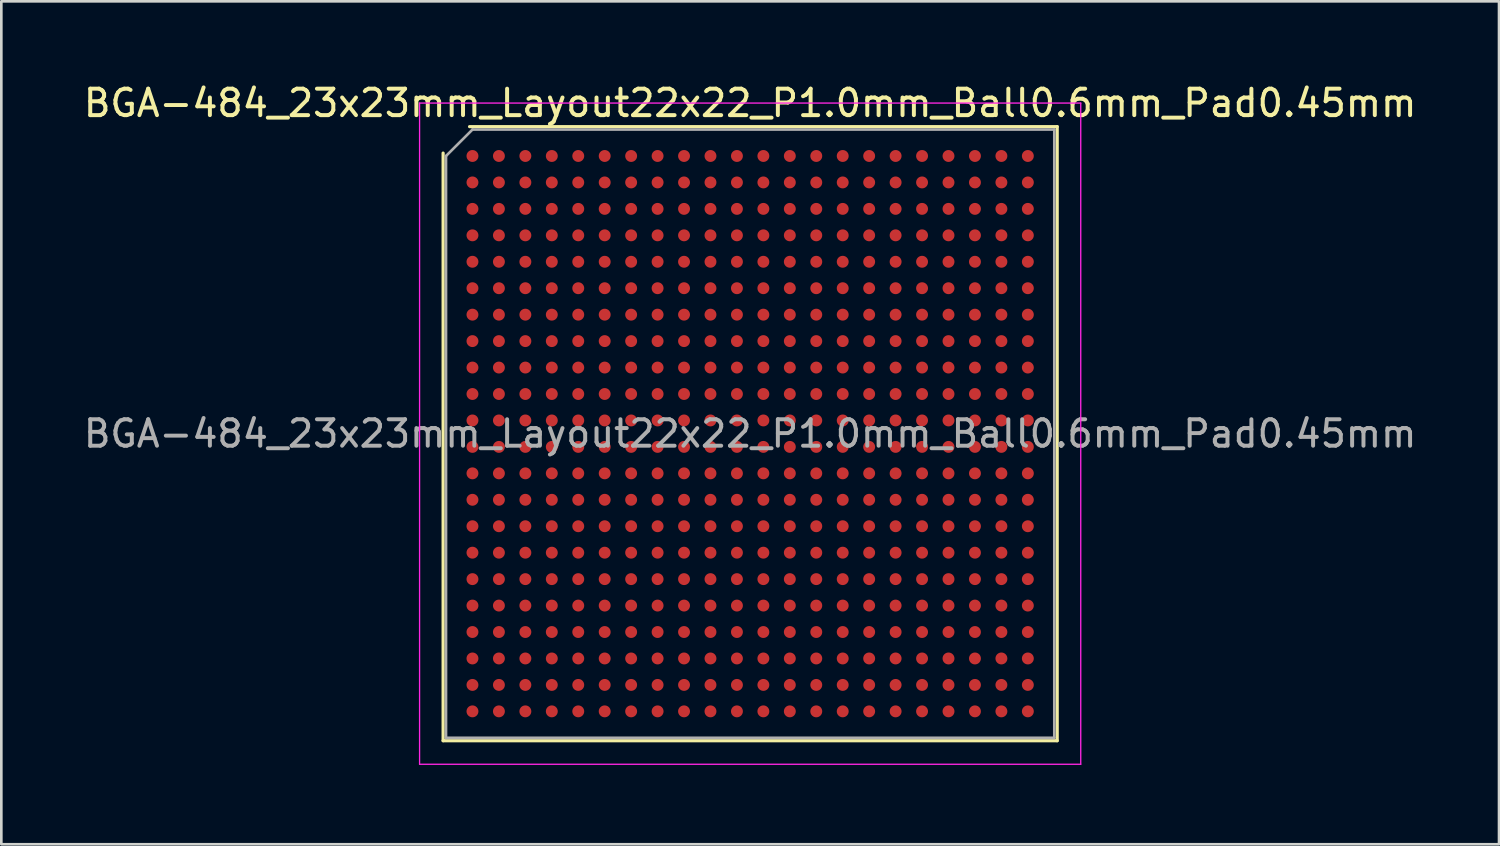
<source format=kicad_pcb>
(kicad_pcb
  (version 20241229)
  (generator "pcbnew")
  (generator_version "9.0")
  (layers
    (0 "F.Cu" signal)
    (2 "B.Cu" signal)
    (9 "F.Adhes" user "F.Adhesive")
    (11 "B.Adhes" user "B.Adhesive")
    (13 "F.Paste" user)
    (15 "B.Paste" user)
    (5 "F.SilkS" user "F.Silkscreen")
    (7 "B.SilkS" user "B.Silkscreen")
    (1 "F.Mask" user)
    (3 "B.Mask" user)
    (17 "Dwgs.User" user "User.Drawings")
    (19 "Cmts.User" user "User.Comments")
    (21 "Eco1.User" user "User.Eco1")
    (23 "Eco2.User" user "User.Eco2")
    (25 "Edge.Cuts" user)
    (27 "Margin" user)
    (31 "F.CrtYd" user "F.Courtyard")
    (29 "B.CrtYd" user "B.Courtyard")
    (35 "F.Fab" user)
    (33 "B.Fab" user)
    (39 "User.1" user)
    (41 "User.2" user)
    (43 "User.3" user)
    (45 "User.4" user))
  (footprint "BGA-484_23x23mm_Layout22x22_P1.0mm_Ball0.6mm_Pad0.45mm"
    (layer "F.Cu")
    (at 25.315 13.348)
    (property "Reference" "BGA-484_23x23mm_Layout22x22_P1.0mm_Ball0.6mm_Pad0.45mm" (at 0 -12.5 0) (layer "F.SilkS") (effects (font (size 1 1) (thickness 0.15))))
    (attr smd)
    (fp_line (start -11.61 11.61) (end -11.61 -10.61) (stroke (width 0.12) (type solid)) (layer "F.SilkS"))
    (fp_line (start -10.61 -11.61) (end 11.61 -11.61) (stroke (width 0.12) (type solid)) (layer "F.SilkS"))
    (fp_line (start 11.61 -11.61) (end 11.61 11.61) (stroke (width 0.12) (type solid)) (layer "F.SilkS"))
    (fp_line (start 11.61 11.61) (end -11.61 11.61) (stroke (width 0.12) (type solid)) (layer "F.SilkS"))
    (fp_line (start -12.5 -12.5) (end -12.5 12.5) (stroke (width 0.05) (type solid)) (layer "F.CrtYd"))
    (fp_line (start -12.5 12.5) (end 12.5 12.5) (stroke (width 0.05) (type solid)) (layer "F.CrtYd"))
    (fp_line (start 12.5 -12.5) (end -12.5 -12.5) (stroke (width 0.05) (type solid)) (layer "F.CrtYd"))
    (fp_line (start 12.5 12.5) (end 12.5 -12.5) (stroke (width 0.05) (type solid)) (layer "F.CrtYd"))
    (fp_line (start -11.5 -10.5) (end -10.5 -11.5) (stroke (width 0.1) (type solid)) (layer "F.Fab"))
    (fp_line (start -11.5 11.5) (end -11.5 -10.5) (stroke (width 0.1) (type solid)) (layer "F.Fab"))
    (fp_line (start -10.5 -11.5) (end 11.5 -11.5) (stroke (width 0.1) (type solid)) (layer "F.Fab"))
    (fp_line (start 11.5 -11.5) (end 11.5 11.5) (stroke (width 0.1) (type solid)) (layer "F.Fab"))
    (fp_line (start 11.5 11.5) (end -11.5 11.5) (stroke (width 0.1) (type solid)) (layer "F.Fab"))
    (fp_text user "${REFERENCE}" (at 0 0 0) (layer "F.Fab") (effects (font (size 1 1) (thickness 0.15))))
    (pad "A1" smd circle (at -10.5 -10.5) (size 0.45 0.45) (layers "F.Cu" "F.Mask" "F.Paste"))
    (pad "A2" smd circle (at -9.5 -10.5) (size 0.45 0.45) (layers "F.Cu" "F.Mask" "F.Paste"))
    (pad "A3" smd circle (at -8.5 -10.5) (size 0.45 0.45) (layers "F.Cu" "F.Mask" "F.Paste"))
    (pad "A4" smd circle (at -7.5 -10.5) (size 0.45 0.45) (layers "F.Cu" "F.Mask" "F.Paste"))
    (pad "A5" smd circle (at -6.5 -10.5) (size 0.45 0.45) (layers "F.Cu" "F.Mask" "F.Paste"))
    (pad "A6" smd circle (at -5.5 -10.5) (size 0.45 0.45) (layers "F.Cu" "F.Mask" "F.Paste"))
    (pad "A7" smd circle (at -4.5 -10.5) (size 0.45 0.45) (layers "F.Cu" "F.Mask" "F.Paste"))
    (pad "A8" smd circle (at -3.5 -10.5) (size 0.45 0.45) (layers "F.Cu" "F.Mask" "F.Paste"))
    (pad "A9" smd circle (at -2.5 -10.5) (size 0.45 0.45) (layers "F.Cu" "F.Mask" "F.Paste"))
    (pad "A10" smd circle (at -1.5 -10.5) (size 0.45 0.45) (layers "F.Cu" "F.Mask" "F.Paste"))
    (pad "A11" smd circle (at -0.5 -10.5) (size 0.45 0.45) (layers "F.Cu" "F.Mask" "F.Paste"))
    (pad "A12" smd circle (at 0.5 -10.5) (size 0.45 0.45) (layers "F.Cu" "F.Mask" "F.Paste"))
    (pad "A13" smd circle (at 1.5 -10.5) (size 0.45 0.45) (layers "F.Cu" "F.Mask" "F.Paste"))
    (pad "A14" smd circle (at 2.5 -10.5) (size 0.45 0.45) (layers "F.Cu" "F.Mask" "F.Paste"))
    (pad "A15" smd circle (at 3.5 -10.5) (size 0.45 0.45) (layers "F.Cu" "F.Mask" "F.Paste"))
    (pad "A16" smd circle (at 4.5 -10.5) (size 0.45 0.45) (layers "F.Cu" "F.Mask" "F.Paste"))
    (pad "A17" smd circle (at 5.5 -10.5) (size 0.45 0.45) (layers "F.Cu" "F.Mask" "F.Paste"))
    (pad "A18" smd circle (at 6.5 -10.5) (size 0.45 0.45) (layers "F.Cu" "F.Mask" "F.Paste"))
    (pad "A19" smd circle (at 7.5 -10.5) (size 0.45 0.45) (layers "F.Cu" "F.Mask" "F.Paste"))
    (pad "A20" smd circle (at 8.5 -10.5) (size 0.45 0.45) (layers "F.Cu" "F.Mask" "F.Paste"))
    (pad "A21" smd circle (at 9.5 -10.5) (size 0.45 0.45) (layers "F.Cu" "F.Mask" "F.Paste"))
    (pad "A22" smd circle (at 10.5 -10.5) (size 0.45 0.45) (layers "F.Cu" "F.Mask" "F.Paste"))
    (pad "AA1" smd circle (at -10.5 9.5) (size 0.45 0.45) (layers "F.Cu" "F.Mask" "F.Paste"))
    (pad "AA2" smd circle (at -9.5 9.5) (size 0.45 0.45) (layers "F.Cu" "F.Mask" "F.Paste"))
    (pad "AA3" smd circle (at -8.5 9.5) (size 0.45 0.45) (layers "F.Cu" "F.Mask" "F.Paste"))
    (pad "AA4" smd circle (at -7.5 9.5) (size 0.45 0.45) (layers "F.Cu" "F.Mask" "F.Paste"))
    (pad "AA5" smd circle (at -6.5 9.5) (size 0.45 0.45) (layers "F.Cu" "F.Mask" "F.Paste"))
    (pad "AA6" smd circle (at -5.5 9.5) (size 0.45 0.45) (layers "F.Cu" "F.Mask" "F.Paste"))
    (pad "AA7" smd circle (at -4.5 9.5) (size 0.45 0.45) (layers "F.Cu" "F.Mask" "F.Paste"))
    (pad "AA8" smd circle (at -3.5 9.5) (size 0.45 0.45) (layers "F.Cu" "F.Mask" "F.Paste"))
    (pad "AA9" smd circle (at -2.5 9.5) (size 0.45 0.45) (layers "F.Cu" "F.Mask" "F.Paste"))
    (pad "AA10" smd circle (at -1.5 9.5) (size 0.45 0.45) (layers "F.Cu" "F.Mask" "F.Paste"))
    (pad "AA11" smd circle (at -0.5 9.5) (size 0.45 0.45) (layers "F.Cu" "F.Mask" "F.Paste"))
    (pad "AA12" smd circle (at 0.5 9.5) (size 0.45 0.45) (layers "F.Cu" "F.Mask" "F.Paste"))
    (pad "AA13" smd circle (at 1.5 9.5) (size 0.45 0.45) (layers "F.Cu" "F.Mask" "F.Paste"))
    (pad "AA14" smd circle (at 2.5 9.5) (size 0.45 0.45) (layers "F.Cu" "F.Mask" "F.Paste"))
    (pad "AA15" smd circle (at 3.5 9.5) (size 0.45 0.45) (layers "F.Cu" "F.Mask" "F.Paste"))
    (pad "AA16" smd circle (at 4.5 9.5) (size 0.45 0.45) (layers "F.Cu" "F.Mask" "F.Paste"))
    (pad "AA17" smd circle (at 5.5 9.5) (size 0.45 0.45) (layers "F.Cu" "F.Mask" "F.Paste"))
    (pad "AA18" smd circle (at 6.5 9.5) (size 0.45 0.45) (layers "F.Cu" "F.Mask" "F.Paste"))
    (pad "AA19" smd circle (at 7.5 9.5) (size 0.45 0.45) (layers "F.Cu" "F.Mask" "F.Paste"))
    (pad "AA20" smd circle (at 8.5 9.5) (size 0.45 0.45) (layers "F.Cu" "F.Mask" "F.Paste"))
    (pad "AA21" smd circle (at 9.5 9.5) (size 0.45 0.45) (layers "F.Cu" "F.Mask" "F.Paste"))
    (pad "AA22" smd circle (at 10.5 9.5) (size 0.45 0.45) (layers "F.Cu" "F.Mask" "F.Paste"))
    (pad "AB1" smd circle (at -10.5 10.5) (size 0.45 0.45) (layers "F.Cu" "F.Mask" "F.Paste"))
    (pad "AB2" smd circle (at -9.5 10.5) (size 0.45 0.45) (layers "F.Cu" "F.Mask" "F.Paste"))
    (pad "AB3" smd circle (at -8.5 10.5) (size 0.45 0.45) (layers "F.Cu" "F.Mask" "F.Paste"))
    (pad "AB4" smd circle (at -7.5 10.5) (size 0.45 0.45) (layers "F.Cu" "F.Mask" "F.Paste"))
    (pad "AB5" smd circle (at -6.5 10.5) (size 0.45 0.45) (layers "F.Cu" "F.Mask" "F.Paste"))
    (pad "AB6" smd circle (at -5.5 10.5) (size 0.45 0.45) (layers "F.Cu" "F.Mask" "F.Paste"))
    (pad "AB7" smd circle (at -4.5 10.5) (size 0.45 0.45) (layers "F.Cu" "F.Mask" "F.Paste"))
    (pad "AB8" smd circle (at -3.5 10.5) (size 0.45 0.45) (layers "F.Cu" "F.Mask" "F.Paste"))
    (pad "AB9" smd circle (at -2.5 10.5) (size 0.45 0.45) (layers "F.Cu" "F.Mask" "F.Paste"))
    (pad "AB10" smd circle (at -1.5 10.5) (size 0.45 0.45) (layers "F.Cu" "F.Mask" "F.Paste"))
    (pad "AB11" smd circle (at -0.5 10.5) (size 0.45 0.45) (layers "F.Cu" "F.Mask" "F.Paste"))
    (pad "AB12" smd circle (at 0.5 10.5) (size 0.45 0.45) (layers "F.Cu" "F.Mask" "F.Paste"))
    (pad "AB13" smd circle (at 1.5 10.5) (size 0.45 0.45) (layers "F.Cu" "F.Mask" "F.Paste"))
    (pad "AB14" smd circle (at 2.5 10.5) (size 0.45 0.45) (layers "F.Cu" "F.Mask" "F.Paste"))
    (pad "AB15" smd circle (at 3.5 10.5) (size 0.45 0.45) (layers "F.Cu" "F.Mask" "F.Paste"))
    (pad "AB16" smd circle (at 4.5 10.5) (size 0.45 0.45) (layers "F.Cu" "F.Mask" "F.Paste"))
    (pad "AB17" smd circle (at 5.5 10.5) (size 0.45 0.45) (layers "F.Cu" "F.Mask" "F.Paste"))
    (pad "AB18" smd circle (at 6.5 10.5) (size 0.45 0.45) (layers "F.Cu" "F.Mask" "F.Paste"))
    (pad "AB19" smd circle (at 7.5 10.5) (size 0.45 0.45) (layers "F.Cu" "F.Mask" "F.Paste"))
    (pad "AB20" smd circle (at 8.5 10.5) (size 0.45 0.45) (layers "F.Cu" "F.Mask" "F.Paste"))
    (pad "AB21" smd circle (at 9.5 10.5) (size 0.45 0.45) (layers "F.Cu" "F.Mask" "F.Paste"))
    (pad "AB22" smd circle (at 10.5 10.5) (size 0.45 0.45) (layers "F.Cu" "F.Mask" "F.Paste"))
    (pad "B1" smd circle (at -10.5 -9.5) (size 0.45 0.45) (layers "F.Cu" "F.Mask" "F.Paste"))
    (pad "B2" smd circle (at -9.5 -9.5) (size 0.45 0.45) (layers "F.Cu" "F.Mask" "F.Paste"))
    (pad "B3" smd circle (at -8.5 -9.5) (size 0.45 0.45) (layers "F.Cu" "F.Mask" "F.Paste"))
    (pad "B4" smd circle (at -7.5 -9.5) (size 0.45 0.45) (layers "F.Cu" "F.Mask" "F.Paste"))
    (pad "B5" smd circle (at -6.5 -9.5) (size 0.45 0.45) (layers "F.Cu" "F.Mask" "F.Paste"))
    (pad "B6" smd circle (at -5.5 -9.5) (size 0.45 0.45) (layers "F.Cu" "F.Mask" "F.Paste"))
    (pad "B7" smd circle (at -4.5 -9.5) (size 0.45 0.45) (layers "F.Cu" "F.Mask" "F.Paste"))
    (pad "B8" smd circle (at -3.5 -9.5) (size 0.45 0.45) (layers "F.Cu" "F.Mask" "F.Paste"))
    (pad "B9" smd circle (at -2.5 -9.5) (size 0.45 0.45) (layers "F.Cu" "F.Mask" "F.Paste"))
    (pad "B10" smd circle (at -1.5 -9.5) (size 0.45 0.45) (layers "F.Cu" "F.Mask" "F.Paste"))
    (pad "B11" smd circle (at -0.5 -9.5) (size 0.45 0.45) (layers "F.Cu" "F.Mask" "F.Paste"))
    (pad "B12" smd circle (at 0.5 -9.5) (size 0.45 0.45) (layers "F.Cu" "F.Mask" "F.Paste"))
    (pad "B13" smd circle (at 1.5 -9.5) (size 0.45 0.45) (layers "F.Cu" "F.Mask" "F.Paste"))
    (pad "B14" smd circle (at 2.5 -9.5) (size 0.45 0.45) (layers "F.Cu" "F.Mask" "F.Paste"))
    (pad "B15" smd circle (at 3.5 -9.5) (size 0.45 0.45) (layers "F.Cu" "F.Mask" "F.Paste"))
    (pad "B16" smd circle (at 4.5 -9.5) (size 0.45 0.45) (layers "F.Cu" "F.Mask" "F.Paste"))
    (pad "B17" smd circle (at 5.5 -9.5) (size 0.45 0.45) (layers "F.Cu" "F.Mask" "F.Paste"))
    (pad "B18" smd circle (at 6.5 -9.5) (size 0.45 0.45) (layers "F.Cu" "F.Mask" "F.Paste"))
    (pad "B19" smd circle (at 7.5 -9.5) (size 0.45 0.45) (layers "F.Cu" "F.Mask" "F.Paste"))
    (pad "B20" smd circle (at 8.5 -9.5) (size 0.45 0.45) (layers "F.Cu" "F.Mask" "F.Paste"))
    (pad "B21" smd circle (at 9.5 -9.5) (size 0.45 0.45) (layers "F.Cu" "F.Mask" "F.Paste"))
    (pad "B22" smd circle (at 10.5 -9.5) (size 0.45 0.45) (layers "F.Cu" "F.Mask" "F.Paste"))
    (pad "C1" smd circle (at -10.5 -8.5) (size 0.45 0.45) (layers "F.Cu" "F.Mask" "F.Paste"))
    (pad "C2" smd circle (at -9.5 -8.5) (size 0.45 0.45) (layers "F.Cu" "F.Mask" "F.Paste"))
    (pad "C3" smd circle (at -8.5 -8.5) (size 0.45 0.45) (layers "F.Cu" "F.Mask" "F.Paste"))
    (pad "C4" smd circle (at -7.5 -8.5) (size 0.45 0.45) (layers "F.Cu" "F.Mask" "F.Paste"))
    (pad "C5" smd circle (at -6.5 -8.5) (size 0.45 0.45) (layers "F.Cu" "F.Mask" "F.Paste"))
    (pad "C6" smd circle (at -5.5 -8.5) (size 0.45 0.45) (layers "F.Cu" "F.Mask" "F.Paste"))
    (pad "C7" smd circle (at -4.5 -8.5) (size 0.45 0.45) (layers "F.Cu" "F.Mask" "F.Paste"))
    (pad "C8" smd circle (at -3.5 -8.5) (size 0.45 0.45) (layers "F.Cu" "F.Mask" "F.Paste"))
    (pad "C9" smd circle (at -2.5 -8.5) (size 0.45 0.45) (layers "F.Cu" "F.Mask" "F.Paste"))
    (pad "C10" smd circle (at -1.5 -8.5) (size 0.45 0.45) (layers "F.Cu" "F.Mask" "F.Paste"))
    (pad "C11" smd circle (at -0.5 -8.5) (size 0.45 0.45) (layers "F.Cu" "F.Mask" "F.Paste"))
    (pad "C12" smd circle (at 0.5 -8.5) (size 0.45 0.45) (layers "F.Cu" "F.Mask" "F.Paste"))
    (pad "C13" smd circle (at 1.5 -8.5) (size 0.45 0.45) (layers "F.Cu" "F.Mask" "F.Paste"))
    (pad "C14" smd circle (at 2.5 -8.5) (size 0.45 0.45) (layers "F.Cu" "F.Mask" "F.Paste"))
    (pad "C15" smd circle (at 3.5 -8.5) (size 0.45 0.45) (layers "F.Cu" "F.Mask" "F.Paste"))
    (pad "C16" smd circle (at 4.5 -8.5) (size 0.45 0.45) (layers "F.Cu" "F.Mask" "F.Paste"))
    (pad "C17" smd circle (at 5.5 -8.5) (size 0.45 0.45) (layers "F.Cu" "F.Mask" "F.Paste"))
    (pad "C18" smd circle (at 6.5 -8.5) (size 0.45 0.45) (layers "F.Cu" "F.Mask" "F.Paste"))
    (pad "C19" smd circle (at 7.5 -8.5) (size 0.45 0.45) (layers "F.Cu" "F.Mask" "F.Paste"))
    (pad "C20" smd circle (at 8.5 -8.5) (size 0.45 0.45) (layers "F.Cu" "F.Mask" "F.Paste"))
    (pad "C21" smd circle (at 9.5 -8.5) (size 0.45 0.45) (layers "F.Cu" "F.Mask" "F.Paste"))
    (pad "C22" smd circle (at 10.5 -8.5) (size 0.45 0.45) (layers "F.Cu" "F.Mask" "F.Paste"))
    (pad "D1" smd circle (at -10.5 -7.5) (size 0.45 0.45) (layers "F.Cu" "F.Mask" "F.Paste"))
    (pad "D2" smd circle (at -9.5 -7.5) (size 0.45 0.45) (layers "F.Cu" "F.Mask" "F.Paste"))
    (pad "D3" smd circle (at -8.5 -7.5) (size 0.45 0.45) (layers "F.Cu" "F.Mask" "F.Paste"))
    (pad "D4" smd circle (at -7.5 -7.5) (size 0.45 0.45) (layers "F.Cu" "F.Mask" "F.Paste"))
    (pad "D5" smd circle (at -6.5 -7.5) (size 0.45 0.45) (layers "F.Cu" "F.Mask" "F.Paste"))
    (pad "D6" smd circle (at -5.5 -7.5) (size 0.45 0.45) (layers "F.Cu" "F.Mask" "F.Paste"))
    (pad "D7" smd circle (at -4.5 -7.5) (size 0.45 0.45) (layers "F.Cu" "F.Mask" "F.Paste"))
    (pad "D8" smd circle (at -3.5 -7.5) (size 0.45 0.45) (layers "F.Cu" "F.Mask" "F.Paste"))
    (pad "D9" smd circle (at -2.5 -7.5) (size 0.45 0.45) (layers "F.Cu" "F.Mask" "F.Paste"))
    (pad "D10" smd circle (at -1.5 -7.5) (size 0.45 0.45) (layers "F.Cu" "F.Mask" "F.Paste"))
    (pad "D11" smd circle (at -0.5 -7.5) (size 0.45 0.45) (layers "F.Cu" "F.Mask" "F.Paste"))
    (pad "D12" smd circle (at 0.5 -7.5) (size 0.45 0.45) (layers "F.Cu" "F.Mask" "F.Paste"))
    (pad "D13" smd circle (at 1.5 -7.5) (size 0.45 0.45) (layers "F.Cu" "F.Mask" "F.Paste"))
    (pad "D14" smd circle (at 2.5 -7.5) (size 0.45 0.45) (layers "F.Cu" "F.Mask" "F.Paste"))
    (pad "D15" smd circle (at 3.5 -7.5) (size 0.45 0.45) (layers "F.Cu" "F.Mask" "F.Paste"))
    (pad "D16" smd circle (at 4.5 -7.5) (size 0.45 0.45) (layers "F.Cu" "F.Mask" "F.Paste"))
    (pad "D17" smd circle (at 5.5 -7.5) (size 0.45 0.45) (layers "F.Cu" "F.Mask" "F.Paste"))
    (pad "D18" smd circle (at 6.5 -7.5) (size 0.45 0.45) (layers "F.Cu" "F.Mask" "F.Paste"))
    (pad "D19" smd circle (at 7.5 -7.5) (size 0.45 0.45) (layers "F.Cu" "F.Mask" "F.Paste"))
    (pad "D20" smd circle (at 8.5 -7.5) (size 0.45 0.45) (layers "F.Cu" "F.Mask" "F.Paste"))
    (pad "D21" smd circle (at 9.5 -7.5) (size 0.45 0.45) (layers "F.Cu" "F.Mask" "F.Paste"))
    (pad "D22" smd circle (at 10.5 -7.5) (size 0.45 0.45) (layers "F.Cu" "F.Mask" "F.Paste"))
    (pad "E1" smd circle (at -10.5 -6.5) (size 0.45 0.45) (layers "F.Cu" "F.Mask" "F.Paste"))
    (pad "E2" smd circle (at -9.5 -6.5) (size 0.45 0.45) (layers "F.Cu" "F.Mask" "F.Paste"))
    (pad "E3" smd circle (at -8.5 -6.5) (size 0.45 0.45) (layers "F.Cu" "F.Mask" "F.Paste"))
    (pad "E4" smd circle (at -7.5 -6.5) (size 0.45 0.45) (layers "F.Cu" "F.Mask" "F.Paste"))
    (pad "E5" smd circle (at -6.5 -6.5) (size 0.45 0.45) (layers "F.Cu" "F.Mask" "F.Paste"))
    (pad "E6" smd circle (at -5.5 -6.5) (size 0.45 0.45) (layers "F.Cu" "F.Mask" "F.Paste"))
    (pad "E7" smd circle (at -4.5 -6.5) (size 0.45 0.45) (layers "F.Cu" "F.Mask" "F.Paste"))
    (pad "E8" smd circle (at -3.5 -6.5) (size 0.45 0.45) (layers "F.Cu" "F.Mask" "F.Paste"))
    (pad "E9" smd circle (at -2.5 -6.5) (size 0.45 0.45) (layers "F.Cu" "F.Mask" "F.Paste"))
    (pad "E10" smd circle (at -1.5 -6.5) (size 0.45 0.45) (layers "F.Cu" "F.Mask" "F.Paste"))
    (pad "E11" smd circle (at -0.5 -6.5) (size 0.45 0.45) (layers "F.Cu" "F.Mask" "F.Paste"))
    (pad "E12" smd circle (at 0.5 -6.5) (size 0.45 0.45) (layers "F.Cu" "F.Mask" "F.Paste"))
    (pad "E13" smd circle (at 1.5 -6.5) (size 0.45 0.45) (layers "F.Cu" "F.Mask" "F.Paste"))
    (pad "E14" smd circle (at 2.5 -6.5) (size 0.45 0.45) (layers "F.Cu" "F.Mask" "F.Paste"))
    (pad "E15" smd circle (at 3.5 -6.5) (size 0.45 0.45) (layers "F.Cu" "F.Mask" "F.Paste"))
    (pad "E16" smd circle (at 4.5 -6.5) (size 0.45 0.45) (layers "F.Cu" "F.Mask" "F.Paste"))
    (pad "E17" smd circle (at 5.5 -6.5) (size 0.45 0.45) (layers "F.Cu" "F.Mask" "F.Paste"))
    (pad "E18" smd circle (at 6.5 -6.5) (size 0.45 0.45) (layers "F.Cu" "F.Mask" "F.Paste"))
    (pad "E19" smd circle (at 7.5 -6.5) (size 0.45 0.45) (layers "F.Cu" "F.Mask" "F.Paste"))
    (pad "E20" smd circle (at 8.5 -6.5) (size 0.45 0.45) (layers "F.Cu" "F.Mask" "F.Paste"))
    (pad "E21" smd circle (at 9.5 -6.5) (size 0.45 0.45) (layers "F.Cu" "F.Mask" "F.Paste"))
    (pad "E22" smd circle (at 10.5 -6.5) (size 0.45 0.45) (layers "F.Cu" "F.Mask" "F.Paste"))
    (pad "F1" smd circle (at -10.5 -5.5) (size 0.45 0.45) (layers "F.Cu" "F.Mask" "F.Paste"))
    (pad "F2" smd circle (at -9.5 -5.5) (size 0.45 0.45) (layers "F.Cu" "F.Mask" "F.Paste"))
    (pad "F3" smd circle (at -8.5 -5.5) (size 0.45 0.45) (layers "F.Cu" "F.Mask" "F.Paste"))
    (pad "F4" smd circle (at -7.5 -5.5) (size 0.45 0.45) (layers "F.Cu" "F.Mask" "F.Paste"))
    (pad "F5" smd circle (at -6.5 -5.5) (size 0.45 0.45) (layers "F.Cu" "F.Mask" "F.Paste"))
    (pad "F6" smd circle (at -5.5 -5.5) (size 0.45 0.45) (layers "F.Cu" "F.Mask" "F.Paste"))
    (pad "F7" smd circle (at -4.5 -5.5) (size 0.45 0.45) (layers "F.Cu" "F.Mask" "F.Paste"))
    (pad "F8" smd circle (at -3.5 -5.5) (size 0.45 0.45) (layers "F.Cu" "F.Mask" "F.Paste"))
    (pad "F9" smd circle (at -2.5 -5.5) (size 0.45 0.45) (layers "F.Cu" "F.Mask" "F.Paste"))
    (pad "F10" smd circle (at -1.5 -5.5) (size 0.45 0.45) (layers "F.Cu" "F.Mask" "F.Paste"))
    (pad "F11" smd circle (at -0.5 -5.5) (size 0.45 0.45) (layers "F.Cu" "F.Mask" "F.Paste"))
    (pad "F12" smd circle (at 0.5 -5.5) (size 0.45 0.45) (layers "F.Cu" "F.Mask" "F.Paste"))
    (pad "F13" smd circle (at 1.5 -5.5) (size 0.45 0.45) (layers "F.Cu" "F.Mask" "F.Paste"))
    (pad "F14" smd circle (at 2.5 -5.5) (size 0.45 0.45) (layers "F.Cu" "F.Mask" "F.Paste"))
    (pad "F15" smd circle (at 3.5 -5.5) (size 0.45 0.45) (layers "F.Cu" "F.Mask" "F.Paste"))
    (pad "F16" smd circle (at 4.5 -5.5) (size 0.45 0.45) (layers "F.Cu" "F.Mask" "F.Paste"))
    (pad "F17" smd circle (at 5.5 -5.5) (size 0.45 0.45) (layers "F.Cu" "F.Mask" "F.Paste"))
    (pad "F18" smd circle (at 6.5 -5.5) (size 0.45 0.45) (layers "F.Cu" "F.Mask" "F.Paste"))
    (pad "F19" smd circle (at 7.5 -5.5) (size 0.45 0.45) (layers "F.Cu" "F.Mask" "F.Paste"))
    (pad "F20" smd circle (at 8.5 -5.5) (size 0.45 0.45) (layers "F.Cu" "F.Mask" "F.Paste"))
    (pad "F21" smd circle (at 9.5 -5.5) (size 0.45 0.45) (layers "F.Cu" "F.Mask" "F.Paste"))
    (pad "F22" smd circle (at 10.5 -5.5) (size 0.45 0.45) (layers "F.Cu" "F.Mask" "F.Paste"))
    (pad "G1" smd circle (at -10.5 -4.5) (size 0.45 0.45) (layers "F.Cu" "F.Mask" "F.Paste"))
    (pad "G2" smd circle (at -9.5 -4.5) (size 0.45 0.45) (layers "F.Cu" "F.Mask" "F.Paste"))
    (pad "G3" smd circle (at -8.5 -4.5) (size 0.45 0.45) (layers "F.Cu" "F.Mask" "F.Paste"))
    (pad "G4" smd circle (at -7.5 -4.5) (size 0.45 0.45) (layers "F.Cu" "F.Mask" "F.Paste"))
    (pad "G5" smd circle (at -6.5 -4.5) (size 0.45 0.45) (layers "F.Cu" "F.Mask" "F.Paste"))
    (pad "G6" smd circle (at -5.5 -4.5) (size 0.45 0.45) (layers "F.Cu" "F.Mask" "F.Paste"))
    (pad "G7" smd circle (at -4.5 -4.5) (size 0.45 0.45) (layers "F.Cu" "F.Mask" "F.Paste"))
    (pad "G8" smd circle (at -3.5 -4.5) (size 0.45 0.45) (layers "F.Cu" "F.Mask" "F.Paste"))
    (pad "G9" smd circle (at -2.5 -4.5) (size 0.45 0.45) (layers "F.Cu" "F.Mask" "F.Paste"))
    (pad "G10" smd circle (at -1.5 -4.5) (size 0.45 0.45) (layers "F.Cu" "F.Mask" "F.Paste"))
    (pad "G11" smd circle (at -0.5 -4.5) (size 0.45 0.45) (layers "F.Cu" "F.Mask" "F.Paste"))
    (pad "G12" smd circle (at 0.5 -4.5) (size 0.45 0.45) (layers "F.Cu" "F.Mask" "F.Paste"))
    (pad "G13" smd circle (at 1.5 -4.5) (size 0.45 0.45) (layers "F.Cu" "F.Mask" "F.Paste"))
    (pad "G14" smd circle (at 2.5 -4.5) (size 0.45 0.45) (layers "F.Cu" "F.Mask" "F.Paste"))
    (pad "G15" smd circle (at 3.5 -4.5) (size 0.45 0.45) (layers "F.Cu" "F.Mask" "F.Paste"))
    (pad "G16" smd circle (at 4.5 -4.5) (size 0.45 0.45) (layers "F.Cu" "F.Mask" "F.Paste"))
    (pad "G17" smd circle (at 5.5 -4.5) (size 0.45 0.45) (layers "F.Cu" "F.Mask" "F.Paste"))
    (pad "G18" smd circle (at 6.5 -4.5) (size 0.45 0.45) (layers "F.Cu" "F.Mask" "F.Paste"))
    (pad "G19" smd circle (at 7.5 -4.5) (size 0.45 0.45) (layers "F.Cu" "F.Mask" "F.Paste"))
    (pad "G20" smd circle (at 8.5 -4.5) (size 0.45 0.45) (layers "F.Cu" "F.Mask" "F.Paste"))
    (pad "G21" smd circle (at 9.5 -4.5) (size 0.45 0.45) (layers "F.Cu" "F.Mask" "F.Paste"))
    (pad "G22" smd circle (at 10.5 -4.5) (size 0.45 0.45) (layers "F.Cu" "F.Mask" "F.Paste"))
    (pad "H1" smd circle (at -10.5 -3.5) (size 0.45 0.45) (layers "F.Cu" "F.Mask" "F.Paste"))
    (pad "H2" smd circle (at -9.5 -3.5) (size 0.45 0.45) (layers "F.Cu" "F.Mask" "F.Paste"))
    (pad "H3" smd circle (at -8.5 -3.5) (size 0.45 0.45) (layers "F.Cu" "F.Mask" "F.Paste"))
    (pad "H4" smd circle (at -7.5 -3.5) (size 0.45 0.45) (layers "F.Cu" "F.Mask" "F.Paste"))
    (pad "H5" smd circle (at -6.5 -3.5) (size 0.45 0.45) (layers "F.Cu" "F.Mask" "F.Paste"))
    (pad "H6" smd circle (at -5.5 -3.5) (size 0.45 0.45) (layers "F.Cu" "F.Mask" "F.Paste"))
    (pad "H7" smd circle (at -4.5 -3.5) (size 0.45 0.45) (layers "F.Cu" "F.Mask" "F.Paste"))
    (pad "H8" smd circle (at -3.5 -3.5) (size 0.45 0.45) (layers "F.Cu" "F.Mask" "F.Paste"))
    (pad "H9" smd circle (at -2.5 -3.5) (size 0.45 0.45) (layers "F.Cu" "F.Mask" "F.Paste"))
    (pad "H10" smd circle (at -1.5 -3.5) (size 0.45 0.45) (layers "F.Cu" "F.Mask" "F.Paste"))
    (pad "H11" smd circle (at -0.5 -3.5) (size 0.45 0.45) (layers "F.Cu" "F.Mask" "F.Paste"))
    (pad "H12" smd circle (at 0.5 -3.5) (size 0.45 0.45) (layers "F.Cu" "F.Mask" "F.Paste"))
    (pad "H13" smd circle (at 1.5 -3.5) (size 0.45 0.45) (layers "F.Cu" "F.Mask" "F.Paste"))
    (pad "H14" smd circle (at 2.5 -3.5) (size 0.45 0.45) (layers "F.Cu" "F.Mask" "F.Paste"))
    (pad "H15" smd circle (at 3.5 -3.5) (size 0.45 0.45) (layers "F.Cu" "F.Mask" "F.Paste"))
    (pad "H16" smd circle (at 4.5 -3.5) (size 0.45 0.45) (layers "F.Cu" "F.Mask" "F.Paste"))
    (pad "H17" smd circle (at 5.5 -3.5) (size 0.45 0.45) (layers "F.Cu" "F.Mask" "F.Paste"))
    (pad "H18" smd circle (at 6.5 -3.5) (size 0.45 0.45) (layers "F.Cu" "F.Mask" "F.Paste"))
    (pad "H19" smd circle (at 7.5 -3.5) (size 0.45 0.45) (layers "F.Cu" "F.Mask" "F.Paste"))
    (pad "H20" smd circle (at 8.5 -3.5) (size 0.45 0.45) (layers "F.Cu" "F.Mask" "F.Paste"))
    (pad "H21" smd circle (at 9.5 -3.5) (size 0.45 0.45) (layers "F.Cu" "F.Mask" "F.Paste"))
    (pad "H22" smd circle (at 10.5 -3.5) (size 0.45 0.45) (layers "F.Cu" "F.Mask" "F.Paste"))
    (pad "J1" smd circle (at -10.5 -2.5) (size 0.45 0.45) (layers "F.Cu" "F.Mask" "F.Paste"))
    (pad "J2" smd circle (at -9.5 -2.5) (size 0.45 0.45) (layers "F.Cu" "F.Mask" "F.Paste"))
    (pad "J3" smd circle (at -8.5 -2.5) (size 0.45 0.45) (layers "F.Cu" "F.Mask" "F.Paste"))
    (pad "J4" smd circle (at -7.5 -2.5) (size 0.45 0.45) (layers "F.Cu" "F.Mask" "F.Paste"))
    (pad "J5" smd circle (at -6.5 -2.5) (size 0.45 0.45) (layers "F.Cu" "F.Mask" "F.Paste"))
    (pad "J6" smd circle (at -5.5 -2.5) (size 0.45 0.45) (layers "F.Cu" "F.Mask" "F.Paste"))
    (pad "J7" smd circle (at -4.5 -2.5) (size 0.45 0.45) (layers "F.Cu" "F.Mask" "F.Paste"))
    (pad "J8" smd circle (at -3.5 -2.5) (size 0.45 0.45) (layers "F.Cu" "F.Mask" "F.Paste"))
    (pad "J9" smd circle (at -2.5 -2.5) (size 0.45 0.45) (layers "F.Cu" "F.Mask" "F.Paste"))
    (pad "J10" smd circle (at -1.5 -2.5) (size 0.45 0.45) (layers "F.Cu" "F.Mask" "F.Paste"))
    (pad "J11" smd circle (at -0.5 -2.5) (size 0.45 0.45) (layers "F.Cu" "F.Mask" "F.Paste"))
    (pad "J12" smd circle (at 0.5 -2.5) (size 0.45 0.45) (layers "F.Cu" "F.Mask" "F.Paste"))
    (pad "J13" smd circle (at 1.5 -2.5) (size 0.45 0.45) (layers "F.Cu" "F.Mask" "F.Paste"))
    (pad "J14" smd circle (at 2.5 -2.5) (size 0.45 0.45) (layers "F.Cu" "F.Mask" "F.Paste"))
    (pad "J15" smd circle (at 3.5 -2.5) (size 0.45 0.45) (layers "F.Cu" "F.Mask" "F.Paste"))
    (pad "J16" smd circle (at 4.5 -2.5) (size 0.45 0.45) (layers "F.Cu" "F.Mask" "F.Paste"))
    (pad "J17" smd circle (at 5.5 -2.5) (size 0.45 0.45) (layers "F.Cu" "F.Mask" "F.Paste"))
    (pad "J18" smd circle (at 6.5 -2.5) (size 0.45 0.45) (layers "F.Cu" "F.Mask" "F.Paste"))
    (pad "J19" smd circle (at 7.5 -2.5) (size 0.45 0.45) (layers "F.Cu" "F.Mask" "F.Paste"))
    (pad "J20" smd circle (at 8.5 -2.5) (size 0.45 0.45) (layers "F.Cu" "F.Mask" "F.Paste"))
    (pad "J21" smd circle (at 9.5 -2.5) (size 0.45 0.45) (layers "F.Cu" "F.Mask" "F.Paste"))
    (pad "J22" smd circle (at 10.5 -2.5) (size 0.45 0.45) (layers "F.Cu" "F.Mask" "F.Paste"))
    (pad "K1" smd circle (at -10.5 -1.5) (size 0.45 0.45) (layers "F.Cu" "F.Mask" "F.Paste"))
    (pad "K2" smd circle (at -9.5 -1.5) (size 0.45 0.45) (layers "F.Cu" "F.Mask" "F.Paste"))
    (pad "K3" smd circle (at -8.5 -1.5) (size 0.45 0.45) (layers "F.Cu" "F.Mask" "F.Paste"))
    (pad "K4" smd circle (at -7.5 -1.5) (size 0.45 0.45) (layers "F.Cu" "F.Mask" "F.Paste"))
    (pad "K5" smd circle (at -6.5 -1.5) (size 0.45 0.45) (layers "F.Cu" "F.Mask" "F.Paste"))
    (pad "K6" smd circle (at -5.5 -1.5) (size 0.45 0.45) (layers "F.Cu" "F.Mask" "F.Paste"))
    (pad "K7" smd circle (at -4.5 -1.5) (size 0.45 0.45) (layers "F.Cu" "F.Mask" "F.Paste"))
    (pad "K8" smd circle (at -3.5 -1.5) (size 0.45 0.45) (layers "F.Cu" "F.Mask" "F.Paste"))
    (pad "K9" smd circle (at -2.5 -1.5) (size 0.45 0.45) (layers "F.Cu" "F.Mask" "F.Paste"))
    (pad "K10" smd circle (at -1.5 -1.5) (size 0.45 0.45) (layers "F.Cu" "F.Mask" "F.Paste"))
    (pad "K11" smd circle (at -0.5 -1.5) (size 0.45 0.45) (layers "F.Cu" "F.Mask" "F.Paste"))
    (pad "K12" smd circle (at 0.5 -1.5) (size 0.45 0.45) (layers "F.Cu" "F.Mask" "F.Paste"))
    (pad "K13" smd circle (at 1.5 -1.5) (size 0.45 0.45) (layers "F.Cu" "F.Mask" "F.Paste"))
    (pad "K14" smd circle (at 2.5 -1.5) (size 0.45 0.45) (layers "F.Cu" "F.Mask" "F.Paste"))
    (pad "K15" smd circle (at 3.5 -1.5) (size 0.45 0.45) (layers "F.Cu" "F.Mask" "F.Paste"))
    (pad "K16" smd circle (at 4.5 -1.5) (size 0.45 0.45) (layers "F.Cu" "F.Mask" "F.Paste"))
    (pad "K17" smd circle (at 5.5 -1.5) (size 0.45 0.45) (layers "F.Cu" "F.Mask" "F.Paste"))
    (pad "K18" smd circle (at 6.5 -1.5) (size 0.45 0.45) (layers "F.Cu" "F.Mask" "F.Paste"))
    (pad "K19" smd circle (at 7.5 -1.5) (size 0.45 0.45) (layers "F.Cu" "F.Mask" "F.Paste"))
    (pad "K20" smd circle (at 8.5 -1.5) (size 0.45 0.45) (layers "F.Cu" "F.Mask" "F.Paste"))
    (pad "K21" smd circle (at 9.5 -1.5) (size 0.45 0.45) (layers "F.Cu" "F.Mask" "F.Paste"))
    (pad "K22" smd circle (at 10.5 -1.5) (size 0.45 0.45) (layers "F.Cu" "F.Mask" "F.Paste"))
    (pad "L1" smd circle (at -10.5 -0.5) (size 0.45 0.45) (layers "F.Cu" "F.Mask" "F.Paste"))
    (pad "L2" smd circle (at -9.5 -0.5) (size 0.45 0.45) (layers "F.Cu" "F.Mask" "F.Paste"))
    (pad "L3" smd circle (at -8.5 -0.5) (size 0.45 0.45) (layers "F.Cu" "F.Mask" "F.Paste"))
    (pad "L4" smd circle (at -7.5 -0.5) (size 0.45 0.45) (layers "F.Cu" "F.Mask" "F.Paste"))
    (pad "L5" smd circle (at -6.5 -0.5) (size 0.45 0.45) (layers "F.Cu" "F.Mask" "F.Paste"))
    (pad "L6" smd circle (at -5.5 -0.5) (size 0.45 0.45) (layers "F.Cu" "F.Mask" "F.Paste"))
    (pad "L7" smd circle (at -4.5 -0.5) (size 0.45 0.45) (layers "F.Cu" "F.Mask" "F.Paste"))
    (pad "L8" smd circle (at -3.5 -0.5) (size 0.45 0.45) (layers "F.Cu" "F.Mask" "F.Paste"))
    (pad "L9" smd circle (at -2.5 -0.5) (size 0.45 0.45) (layers "F.Cu" "F.Mask" "F.Paste"))
    (pad "L10" smd circle (at -1.5 -0.5) (size 0.45 0.45) (layers "F.Cu" "F.Mask" "F.Paste"))
    (pad "L11" smd circle (at -0.5 -0.5) (size 0.45 0.45) (layers "F.Cu" "F.Mask" "F.Paste"))
    (pad "L12" smd circle (at 0.5 -0.5) (size 0.45 0.45) (layers "F.Cu" "F.Mask" "F.Paste"))
    (pad "L13" smd circle (at 1.5 -0.5) (size 0.45 0.45) (layers "F.Cu" "F.Mask" "F.Paste"))
    (pad "L14" smd circle (at 2.5 -0.5) (size 0.45 0.45) (layers "F.Cu" "F.Mask" "F.Paste"))
    (pad "L15" smd circle (at 3.5 -0.5) (size 0.45 0.45) (layers "F.Cu" "F.Mask" "F.Paste"))
    (pad "L16" smd circle (at 4.5 -0.5) (size 0.45 0.45) (layers "F.Cu" "F.Mask" "F.Paste"))
    (pad "L17" smd circle (at 5.5 -0.5) (size 0.45 0.45) (layers "F.Cu" "F.Mask" "F.Paste"))
    (pad "L18" smd circle (at 6.5 -0.5) (size 0.45 0.45) (layers "F.Cu" "F.Mask" "F.Paste"))
    (pad "L19" smd circle (at 7.5 -0.5) (size 0.45 0.45) (layers "F.Cu" "F.Mask" "F.Paste"))
    (pad "L20" smd circle (at 8.5 -0.5) (size 0.45 0.45) (layers "F.Cu" "F.Mask" "F.Paste"))
    (pad "L21" smd circle (at 9.5 -0.5) (size 0.45 0.45) (layers "F.Cu" "F.Mask" "F.Paste"))
    (pad "L22" smd circle (at 10.5 -0.5) (size 0.45 0.45) (layers "F.Cu" "F.Mask" "F.Paste"))
    (pad "M1" smd circle (at -10.5 0.5) (size 0.45 0.45) (layers "F.Cu" "F.Mask" "F.Paste"))
    (pad "M2" smd circle (at -9.5 0.5) (size 0.45 0.45) (layers "F.Cu" "F.Mask" "F.Paste"))
    (pad "M3" smd circle (at -8.5 0.5) (size 0.45 0.45) (layers "F.Cu" "F.Mask" "F.Paste"))
    (pad "M4" smd circle (at -7.5 0.5) (size 0.45 0.45) (layers "F.Cu" "F.Mask" "F.Paste"))
    (pad "M5" smd circle (at -6.5 0.5) (size 0.45 0.45) (layers "F.Cu" "F.Mask" "F.Paste"))
    (pad "M6" smd circle (at -5.5 0.5) (size 0.45 0.45) (layers "F.Cu" "F.Mask" "F.Paste"))
    (pad "M7" smd circle (at -4.5 0.5) (size 0.45 0.45) (layers "F.Cu" "F.Mask" "F.Paste"))
    (pad "M8" smd circle (at -3.5 0.5) (size 0.45 0.45) (layers "F.Cu" "F.Mask" "F.Paste"))
    (pad "M9" smd circle (at -2.5 0.5) (size 0.45 0.45) (layers "F.Cu" "F.Mask" "F.Paste"))
    (pad "M10" smd circle (at -1.5 0.5) (size 0.45 0.45) (layers "F.Cu" "F.Mask" "F.Paste"))
    (pad "M11" smd circle (at -0.5 0.5) (size 0.45 0.45) (layers "F.Cu" "F.Mask" "F.Paste"))
    (pad "M12" smd circle (at 0.5 0.5) (size 0.45 0.45) (layers "F.Cu" "F.Mask" "F.Paste"))
    (pad "M13" smd circle (at 1.5 0.5) (size 0.45 0.45) (layers "F.Cu" "F.Mask" "F.Paste"))
    (pad "M14" smd circle (at 2.5 0.5) (size 0.45 0.45) (layers "F.Cu" "F.Mask" "F.Paste"))
    (pad "M15" smd circle (at 3.5 0.5) (size 0.45 0.45) (layers "F.Cu" "F.Mask" "F.Paste"))
    (pad "M16" smd circle (at 4.5 0.5) (size 0.45 0.45) (layers "F.Cu" "F.Mask" "F.Paste"))
    (pad "M17" smd circle (at 5.5 0.5) (size 0.45 0.45) (layers "F.Cu" "F.Mask" "F.Paste"))
    (pad "M18" smd circle (at 6.5 0.5) (size 0.45 0.45) (layers "F.Cu" "F.Mask" "F.Paste"))
    (pad "M19" smd circle (at 7.5 0.5) (size 0.45 0.45) (layers "F.Cu" "F.Mask" "F.Paste"))
    (pad "M20" smd circle (at 8.5 0.5) (size 0.45 0.45) (layers "F.Cu" "F.Mask" "F.Paste"))
    (pad "M21" smd circle (at 9.5 0.5) (size 0.45 0.45) (layers "F.Cu" "F.Mask" "F.Paste"))
    (pad "M22" smd circle (at 10.5 0.5) (size 0.45 0.45) (layers "F.Cu" "F.Mask" "F.Paste"))
    (pad "N1" smd circle (at -10.5 1.5) (size 0.45 0.45) (layers "F.Cu" "F.Mask" "F.Paste"))
    (pad "N2" smd circle (at -9.5 1.5) (size 0.45 0.45) (layers "F.Cu" "F.Mask" "F.Paste"))
    (pad "N3" smd circle (at -8.5 1.5) (size 0.45 0.45) (layers "F.Cu" "F.Mask" "F.Paste"))
    (pad "N4" smd circle (at -7.5 1.5) (size 0.45 0.45) (layers "F.Cu" "F.Mask" "F.Paste"))
    (pad "N5" smd circle (at -6.5 1.5) (size 0.45 0.45) (layers "F.Cu" "F.Mask" "F.Paste"))
    (pad "N6" smd circle (at -5.5 1.5) (size 0.45 0.45) (layers "F.Cu" "F.Mask" "F.Paste"))
    (pad "N7" smd circle (at -4.5 1.5) (size 0.45 0.45) (layers "F.Cu" "F.Mask" "F.Paste"))
    (pad "N8" smd circle (at -3.5 1.5) (size 0.45 0.45) (layers "F.Cu" "F.Mask" "F.Paste"))
    (pad "N9" smd circle (at -2.5 1.5) (size 0.45 0.45) (layers "F.Cu" "F.Mask" "F.Paste"))
    (pad "N10" smd circle (at -1.5 1.5) (size 0.45 0.45) (layers "F.Cu" "F.Mask" "F.Paste"))
    (pad "N11" smd circle (at -0.5 1.5) (size 0.45 0.45) (layers "F.Cu" "F.Mask" "F.Paste"))
    (pad "N12" smd circle (at 0.5 1.5) (size 0.45 0.45) (layers "F.Cu" "F.Mask" "F.Paste"))
    (pad "N13" smd circle (at 1.5 1.5) (size 0.45 0.45) (layers "F.Cu" "F.Mask" "F.Paste"))
    (pad "N14" smd circle (at 2.5 1.5) (size 0.45 0.45) (layers "F.Cu" "F.Mask" "F.Paste"))
    (pad "N15" smd circle (at 3.5 1.5) (size 0.45 0.45) (layers "F.Cu" "F.Mask" "F.Paste"))
    (pad "N16" smd circle (at 4.5 1.5) (size 0.45 0.45) (layers "F.Cu" "F.Mask" "F.Paste"))
    (pad "N17" smd circle (at 5.5 1.5) (size 0.45 0.45) (layers "F.Cu" "F.Mask" "F.Paste"))
    (pad "N18" smd circle (at 6.5 1.5) (size 0.45 0.45) (layers "F.Cu" "F.Mask" "F.Paste"))
    (pad "N19" smd circle (at 7.5 1.5) (size 0.45 0.45) (layers "F.Cu" "F.Mask" "F.Paste"))
    (pad "N20" smd circle (at 8.5 1.5) (size 0.45 0.45) (layers "F.Cu" "F.Mask" "F.Paste"))
    (pad "N21" smd circle (at 9.5 1.5) (size 0.45 0.45) (layers "F.Cu" "F.Mask" "F.Paste"))
    (pad "N22" smd circle (at 10.5 1.5) (size 0.45 0.45) (layers "F.Cu" "F.Mask" "F.Paste"))
    (pad "P1" smd circle (at -10.5 2.5) (size 0.45 0.45) (layers "F.Cu" "F.Mask" "F.Paste"))
    (pad "P2" smd circle (at -9.5 2.5) (size 0.45 0.45) (layers "F.Cu" "F.Mask" "F.Paste"))
    (pad "P3" smd circle (at -8.5 2.5) (size 0.45 0.45) (layers "F.Cu" "F.Mask" "F.Paste"))
    (pad "P4" smd circle (at -7.5 2.5) (size 0.45 0.45) (layers "F.Cu" "F.Mask" "F.Paste"))
    (pad "P5" smd circle (at -6.5 2.5) (size 0.45 0.45) (layers "F.Cu" "F.Mask" "F.Paste"))
    (pad "P6" smd circle (at -5.5 2.5) (size 0.45 0.45) (layers "F.Cu" "F.Mask" "F.Paste"))
    (pad "P7" smd circle (at -4.5 2.5) (size 0.45 0.45) (layers "F.Cu" "F.Mask" "F.Paste"))
    (pad "P8" smd circle (at -3.5 2.5) (size 0.45 0.45) (layers "F.Cu" "F.Mask" "F.Paste"))
    (pad "P9" smd circle (at -2.5 2.5) (size 0.45 0.45) (layers "F.Cu" "F.Mask" "F.Paste"))
    (pad "P10" smd circle (at -1.5 2.5) (size 0.45 0.45) (layers "F.Cu" "F.Mask" "F.Paste"))
    (pad "P11" smd circle (at -0.5 2.5) (size 0.45 0.45) (layers "F.Cu" "F.Mask" "F.Paste"))
    (pad "P12" smd circle (at 0.5 2.5) (size 0.45 0.45) (layers "F.Cu" "F.Mask" "F.Paste"))
    (pad "P13" smd circle (at 1.5 2.5) (size 0.45 0.45) (layers "F.Cu" "F.Mask" "F.Paste"))
    (pad "P14" smd circle (at 2.5 2.5) (size 0.45 0.45) (layers "F.Cu" "F.Mask" "F.Paste"))
    (pad "P15" smd circle (at 3.5 2.5) (size 0.45 0.45) (layers "F.Cu" "F.Mask" "F.Paste"))
    (pad "P16" smd circle (at 4.5 2.5) (size 0.45 0.45) (layers "F.Cu" "F.Mask" "F.Paste"))
    (pad "P17" smd circle (at 5.5 2.5) (size 0.45 0.45) (layers "F.Cu" "F.Mask" "F.Paste"))
    (pad "P18" smd circle (at 6.5 2.5) (size 0.45 0.45) (layers "F.Cu" "F.Mask" "F.Paste"))
    (pad "P19" smd circle (at 7.5 2.5) (size 0.45 0.45) (layers "F.Cu" "F.Mask" "F.Paste"))
    (pad "P20" smd circle (at 8.5 2.5) (size 0.45 0.45) (layers "F.Cu" "F.Mask" "F.Paste"))
    (pad "P21" smd circle (at 9.5 2.5) (size 0.45 0.45) (layers "F.Cu" "F.Mask" "F.Paste"))
    (pad "P22" smd circle (at 10.5 2.5) (size 0.45 0.45) (layers "F.Cu" "F.Mask" "F.Paste"))
    (pad "R1" smd circle (at -10.5 3.5) (size 0.45 0.45) (layers "F.Cu" "F.Mask" "F.Paste"))
    (pad "R2" smd circle (at -9.5 3.5) (size 0.45 0.45) (layers "F.Cu" "F.Mask" "F.Paste"))
    (pad "R3" smd circle (at -8.5 3.5) (size 0.45 0.45) (layers "F.Cu" "F.Mask" "F.Paste"))
    (pad "R4" smd circle (at -7.5 3.5) (size 0.45 0.45) (layers "F.Cu" "F.Mask" "F.Paste"))
    (pad "R5" smd circle (at -6.5 3.5) (size 0.45 0.45) (layers "F.Cu" "F.Mask" "F.Paste"))
    (pad "R6" smd circle (at -5.5 3.5) (size 0.45 0.45) (layers "F.Cu" "F.Mask" "F.Paste"))
    (pad "R7" smd circle (at -4.5 3.5) (size 0.45 0.45) (layers "F.Cu" "F.Mask" "F.Paste"))
    (pad "R8" smd circle (at -3.5 3.5) (size 0.45 0.45) (layers "F.Cu" "F.Mask" "F.Paste"))
    (pad "R9" smd circle (at -2.5 3.5) (size 0.45 0.45) (layers "F.Cu" "F.Mask" "F.Paste"))
    (pad "R10" smd circle (at -1.5 3.5) (size 0.45 0.45) (layers "F.Cu" "F.Mask" "F.Paste"))
    (pad "R11" smd circle (at -0.5 3.5) (size 0.45 0.45) (layers "F.Cu" "F.Mask" "F.Paste"))
    (pad "R12" smd circle (at 0.5 3.5) (size 0.45 0.45) (layers "F.Cu" "F.Mask" "F.Paste"))
    (pad "R13" smd circle (at 1.5 3.5) (size 0.45 0.45) (layers "F.Cu" "F.Mask" "F.Paste"))
    (pad "R14" smd circle (at 2.5 3.5) (size 0.45 0.45) (layers "F.Cu" "F.Mask" "F.Paste"))
    (pad "R15" smd circle (at 3.5 3.5) (size 0.45 0.45) (layers "F.Cu" "F.Mask" "F.Paste"))
    (pad "R16" smd circle (at 4.5 3.5) (size 0.45 0.45) (layers "F.Cu" "F.Mask" "F.Paste"))
    (pad "R17" smd circle (at 5.5 3.5) (size 0.45 0.45) (layers "F.Cu" "F.Mask" "F.Paste"))
    (pad "R18" smd circle (at 6.5 3.5) (size 0.45 0.45) (layers "F.Cu" "F.Mask" "F.Paste"))
    (pad "R19" smd circle (at 7.5 3.5) (size 0.45 0.45) (layers "F.Cu" "F.Mask" "F.Paste"))
    (pad "R20" smd circle (at 8.5 3.5) (size 0.45 0.45) (layers "F.Cu" "F.Mask" "F.Paste"))
    (pad "R21" smd circle (at 9.5 3.5) (size 0.45 0.45) (layers "F.Cu" "F.Mask" "F.Paste"))
    (pad "R22" smd circle (at 10.5 3.5) (size 0.45 0.45) (layers "F.Cu" "F.Mask" "F.Paste"))
    (pad "T1" smd circle (at -10.5 4.5) (size 0.45 0.45) (layers "F.Cu" "F.Mask" "F.Paste"))
    (pad "T2" smd circle (at -9.5 4.5) (size 0.45 0.45) (layers "F.Cu" "F.Mask" "F.Paste"))
    (pad "T3" smd circle (at -8.5 4.5) (size 0.45 0.45) (layers "F.Cu" "F.Mask" "F.Paste"))
    (pad "T4" smd circle (at -7.5 4.5) (size 0.45 0.45) (layers "F.Cu" "F.Mask" "F.Paste"))
    (pad "T5" smd circle (at -6.5 4.5) (size 0.45 0.45) (layers "F.Cu" "F.Mask" "F.Paste"))
    (pad "T6" smd circle (at -5.5 4.5) (size 0.45 0.45) (layers "F.Cu" "F.Mask" "F.Paste"))
    (pad "T7" smd circle (at -4.5 4.5) (size 0.45 0.45) (layers "F.Cu" "F.Mask" "F.Paste"))
    (pad "T8" smd circle (at -3.5 4.5) (size 0.45 0.45) (layers "F.Cu" "F.Mask" "F.Paste"))
    (pad "T9" smd circle (at -2.5 4.5) (size 0.45 0.45) (layers "F.Cu" "F.Mask" "F.Paste"))
    (pad "T10" smd circle (at -1.5 4.5) (size 0.45 0.45) (layers "F.Cu" "F.Mask" "F.Paste"))
    (pad "T11" smd circle (at -0.5 4.5) (size 0.45 0.45) (layers "F.Cu" "F.Mask" "F.Paste"))
    (pad "T12" smd circle (at 0.5 4.5) (size 0.45 0.45) (layers "F.Cu" "F.Mask" "F.Paste"))
    (pad "T13" smd circle (at 1.5 4.5) (size 0.45 0.45) (layers "F.Cu" "F.Mask" "F.Paste"))
    (pad "T14" smd circle (at 2.5 4.5) (size 0.45 0.45) (layers "F.Cu" "F.Mask" "F.Paste"))
    (pad "T15" smd circle (at 3.5 4.5) (size 0.45 0.45) (layers "F.Cu" "F.Mask" "F.Paste"))
    (pad "T16" smd circle (at 4.5 4.5) (size 0.45 0.45) (layers "F.Cu" "F.Mask" "F.Paste"))
    (pad "T17" smd circle (at 5.5 4.5) (size 0.45 0.45) (layers "F.Cu" "F.Mask" "F.Paste"))
    (pad "T18" smd circle (at 6.5 4.5) (size 0.45 0.45) (layers "F.Cu" "F.Mask" "F.Paste"))
    (pad "T19" smd circle (at 7.5 4.5) (size 0.45 0.45) (layers "F.Cu" "F.Mask" "F.Paste"))
    (pad "T20" smd circle (at 8.5 4.5) (size 0.45 0.45) (layers "F.Cu" "F.Mask" "F.Paste"))
    (pad "T21" smd circle (at 9.5 4.5) (size 0.45 0.45) (layers "F.Cu" "F.Mask" "F.Paste"))
    (pad "T22" smd circle (at 10.5 4.5) (size 0.45 0.45) (layers "F.Cu" "F.Mask" "F.Paste"))
    (pad "U1" smd circle (at -10.5 5.5) (size 0.45 0.45) (layers "F.Cu" "F.Mask" "F.Paste"))
    (pad "U2" smd circle (at -9.5 5.5) (size 0.45 0.45) (layers "F.Cu" "F.Mask" "F.Paste"))
    (pad "U3" smd circle (at -8.5 5.5) (size 0.45 0.45) (layers "F.Cu" "F.Mask" "F.Paste"))
    (pad "U4" smd circle (at -7.5 5.5) (size 0.45 0.45) (layers "F.Cu" "F.Mask" "F.Paste"))
    (pad "U5" smd circle (at -6.5 5.5) (size 0.45 0.45) (layers "F.Cu" "F.Mask" "F.Paste"))
    (pad "U6" smd circle (at -5.5 5.5) (size 0.45 0.45) (layers "F.Cu" "F.Mask" "F.Paste"))
    (pad "U7" smd circle (at -4.5 5.5) (size 0.45 0.45) (layers "F.Cu" "F.Mask" "F.Paste"))
    (pad "U8" smd circle (at -3.5 5.5) (size 0.45 0.45) (layers "F.Cu" "F.Mask" "F.Paste"))
    (pad "U9" smd circle (at -2.5 5.5) (size 0.45 0.45) (layers "F.Cu" "F.Mask" "F.Paste"))
    (pad "U10" smd circle (at -1.5 5.5) (size 0.45 0.45) (layers "F.Cu" "F.Mask" "F.Paste"))
    (pad "U11" smd circle (at -0.5 5.5) (size 0.45 0.45) (layers "F.Cu" "F.Mask" "F.Paste"))
    (pad "U12" smd circle (at 0.5 5.5) (size 0.45 0.45) (layers "F.Cu" "F.Mask" "F.Paste"))
    (pad "U13" smd circle (at 1.5 5.5) (size 0.45 0.45) (layers "F.Cu" "F.Mask" "F.Paste"))
    (pad "U14" smd circle (at 2.5 5.5) (size 0.45 0.45) (layers "F.Cu" "F.Mask" "F.Paste"))
    (pad "U15" smd circle (at 3.5 5.5) (size 0.45 0.45) (layers "F.Cu" "F.Mask" "F.Paste"))
    (pad "U16" smd circle (at 4.5 5.5) (size 0.45 0.45) (layers "F.Cu" "F.Mask" "F.Paste"))
    (pad "U17" smd circle (at 5.5 5.5) (size 0.45 0.45) (layers "F.Cu" "F.Mask" "F.Paste"))
    (pad "U18" smd circle (at 6.5 5.5) (size 0.45 0.45) (layers "F.Cu" "F.Mask" "F.Paste"))
    (pad "U19" smd circle (at 7.5 5.5) (size 0.45 0.45) (layers "F.Cu" "F.Mask" "F.Paste"))
    (pad "U20" smd circle (at 8.5 5.5) (size 0.45 0.45) (layers "F.Cu" "F.Mask" "F.Paste"))
    (pad "U21" smd circle (at 9.5 5.5) (size 0.45 0.45) (layers "F.Cu" "F.Mask" "F.Paste"))
    (pad "U22" smd circle (at 10.5 5.5) (size 0.45 0.45) (layers "F.Cu" "F.Mask" "F.Paste"))
    (pad "V1" smd circle (at -10.5 6.5) (size 0.45 0.45) (layers "F.Cu" "F.Mask" "F.Paste"))
    (pad "V2" smd circle (at -9.5 6.5) (size 0.45 0.45) (layers "F.Cu" "F.Mask" "F.Paste"))
    (pad "V3" smd circle (at -8.5 6.5) (size 0.45 0.45) (layers "F.Cu" "F.Mask" "F.Paste"))
    (pad "V4" smd circle (at -7.5 6.5) (size 0.45 0.45) (layers "F.Cu" "F.Mask" "F.Paste"))
    (pad "V5" smd circle (at -6.5 6.5) (size 0.45 0.45) (layers "F.Cu" "F.Mask" "F.Paste"))
    (pad "V6" smd circle (at -5.5 6.5) (size 0.45 0.45) (layers "F.Cu" "F.Mask" "F.Paste"))
    (pad "V7" smd circle (at -4.5 6.5) (size 0.45 0.45) (layers "F.Cu" "F.Mask" "F.Paste"))
    (pad "V8" smd circle (at -3.5 6.5) (size 0.45 0.45) (layers "F.Cu" "F.Mask" "F.Paste"))
    (pad "V9" smd circle (at -2.5 6.5) (size 0.45 0.45) (layers "F.Cu" "F.Mask" "F.Paste"))
    (pad "V10" smd circle (at -1.5 6.5) (size 0.45 0.45) (layers "F.Cu" "F.Mask" "F.Paste"))
    (pad "V11" smd circle (at -0.5 6.5) (size 0.45 0.45) (layers "F.Cu" "F.Mask" "F.Paste"))
    (pad "V12" smd circle (at 0.5 6.5) (size 0.45 0.45) (layers "F.Cu" "F.Mask" "F.Paste"))
    (pad "V13" smd circle (at 1.5 6.5) (size 0.45 0.45) (layers "F.Cu" "F.Mask" "F.Paste"))
    (pad "V14" smd circle (at 2.5 6.5) (size 0.45 0.45) (layers "F.Cu" "F.Mask" "F.Paste"))
    (pad "V15" smd circle (at 3.5 6.5) (size 0.45 0.45) (layers "F.Cu" "F.Mask" "F.Paste"))
    (pad "V16" smd circle (at 4.5 6.5) (size 0.45 0.45) (layers "F.Cu" "F.Mask" "F.Paste"))
    (pad "V17" smd circle (at 5.5 6.5) (size 0.45 0.45) (layers "F.Cu" "F.Mask" "F.Paste"))
    (pad "V18" smd circle (at 6.5 6.5) (size 0.45 0.45) (layers "F.Cu" "F.Mask" "F.Paste"))
    (pad "V19" smd circle (at 7.5 6.5) (size 0.45 0.45) (layers "F.Cu" "F.Mask" "F.Paste"))
    (pad "V20" smd circle (at 8.5 6.5) (size 0.45 0.45) (layers "F.Cu" "F.Mask" "F.Paste"))
    (pad "V21" smd circle (at 9.5 6.5) (size 0.45 0.45) (layers "F.Cu" "F.Mask" "F.Paste"))
    (pad "V22" smd circle (at 10.5 6.5) (size 0.45 0.45) (layers "F.Cu" "F.Mask" "F.Paste"))
    (pad "W1" smd circle (at -10.5 7.5) (size 0.45 0.45) (layers "F.Cu" "F.Mask" "F.Paste"))
    (pad "W2" smd circle (at -9.5 7.5) (size 0.45 0.45) (layers "F.Cu" "F.Mask" "F.Paste"))
    (pad "W3" smd circle (at -8.5 7.5) (size 0.45 0.45) (layers "F.Cu" "F.Mask" "F.Paste"))
    (pad "W4" smd circle (at -7.5 7.5) (size 0.45 0.45) (layers "F.Cu" "F.Mask" "F.Paste"))
    (pad "W5" smd circle (at -6.5 7.5) (size 0.45 0.45) (layers "F.Cu" "F.Mask" "F.Paste"))
    (pad "W6" smd circle (at -5.5 7.5) (size 0.45 0.45) (layers "F.Cu" "F.Mask" "F.Paste"))
    (pad "W7" smd circle (at -4.5 7.5) (size 0.45 0.45) (layers "F.Cu" "F.Mask" "F.Paste"))
    (pad "W8" smd circle (at -3.5 7.5) (size 0.45 0.45) (layers "F.Cu" "F.Mask" "F.Paste"))
    (pad "W9" smd circle (at -2.5 7.5) (size 0.45 0.45) (layers "F.Cu" "F.Mask" "F.Paste"))
    (pad "W10" smd circle (at -1.5 7.5) (size 0.45 0.45) (layers "F.Cu" "F.Mask" "F.Paste"))
    (pad "W11" smd circle (at -0.5 7.5) (size 0.45 0.45) (layers "F.Cu" "F.Mask" "F.Paste"))
    (pad "W12" smd circle (at 0.5 7.5) (size 0.45 0.45) (layers "F.Cu" "F.Mask" "F.Paste"))
    (pad "W13" smd circle (at 1.5 7.5) (size 0.45 0.45) (layers "F.Cu" "F.Mask" "F.Paste"))
    (pad "W14" smd circle (at 2.5 7.5) (size 0.45 0.45) (layers "F.Cu" "F.Mask" "F.Paste"))
    (pad "W15" smd circle (at 3.5 7.5) (size 0.45 0.45) (layers "F.Cu" "F.Mask" "F.Paste"))
    (pad "W16" smd circle (at 4.5 7.5) (size 0.45 0.45) (layers "F.Cu" "F.Mask" "F.Paste"))
    (pad "W17" smd circle (at 5.5 7.5) (size 0.45 0.45) (layers "F.Cu" "F.Mask" "F.Paste"))
    (pad "W18" smd circle (at 6.5 7.5) (size 0.45 0.45) (layers "F.Cu" "F.Mask" "F.Paste"))
    (pad "W19" smd circle (at 7.5 7.5) (size 0.45 0.45) (layers "F.Cu" "F.Mask" "F.Paste"))
    (pad "W20" smd circle (at 8.5 7.5) (size 0.45 0.45) (layers "F.Cu" "F.Mask" "F.Paste"))
    (pad "W21" smd circle (at 9.5 7.5) (size 0.45 0.45) (layers "F.Cu" "F.Mask" "F.Paste"))
    (pad "W22" smd circle (at 10.5 7.5) (size 0.45 0.45) (layers "F.Cu" "F.Mask" "F.Paste"))
    (pad "Y1" smd circle (at -10.5 8.5) (size 0.45 0.45) (layers "F.Cu" "F.Mask" "F.Paste"))
    (pad "Y2" smd circle (at -9.5 8.5) (size 0.45 0.45) (layers "F.Cu" "F.Mask" "F.Paste"))
    (pad "Y3" smd circle (at -8.5 8.5) (size 0.45 0.45) (layers "F.Cu" "F.Mask" "F.Paste"))
    (pad "Y4" smd circle (at -7.5 8.5) (size 0.45 0.45) (layers "F.Cu" "F.Mask" "F.Paste"))
    (pad "Y5" smd circle (at -6.5 8.5) (size 0.45 0.45) (layers "F.Cu" "F.Mask" "F.Paste"))
    (pad "Y6" smd circle (at -5.5 8.5) (size 0.45 0.45) (layers "F.Cu" "F.Mask" "F.Paste"))
    (pad "Y7" smd circle (at -4.5 8.5) (size 0.45 0.45) (layers "F.Cu" "F.Mask" "F.Paste"))
    (pad "Y8" smd circle (at -3.5 8.5) (size 0.45 0.45) (layers "F.Cu" "F.Mask" "F.Paste"))
    (pad "Y9" smd circle (at -2.5 8.5) (size 0.45 0.45) (layers "F.Cu" "F.Mask" "F.Paste"))
    (pad "Y10" smd circle (at -1.5 8.5) (size 0.45 0.45) (layers "F.Cu" "F.Mask" "F.Paste"))
    (pad "Y11" smd circle (at -0.5 8.5) (size 0.45 0.45) (layers "F.Cu" "F.Mask" "F.Paste"))
    (pad "Y12" smd circle (at 0.5 8.5) (size 0.45 0.45) (layers "F.Cu" "F.Mask" "F.Paste"))
    (pad "Y13" smd circle (at 1.5 8.5) (size 0.45 0.45) (layers "F.Cu" "F.Mask" "F.Paste"))
    (pad "Y14" smd circle (at 2.5 8.5) (size 0.45 0.45) (layers "F.Cu" "F.Mask" "F.Paste"))
    (pad "Y15" smd circle (at 3.5 8.5) (size 0.45 0.45) (layers "F.Cu" "F.Mask" "F.Paste"))
    (pad "Y16" smd circle (at 4.5 8.5) (size 0.45 0.45) (layers "F.Cu" "F.Mask" "F.Paste"))
    (pad "Y17" smd circle (at 5.5 8.5) (size 0.45 0.45) (layers "F.Cu" "F.Mask" "F.Paste"))
    (pad "Y18" smd circle (at 6.5 8.5) (size 0.45 0.45) (layers "F.Cu" "F.Mask" "F.Paste"))
    (pad "Y19" smd circle (at 7.5 8.5) (size 0.45 0.45) (layers "F.Cu" "F.Mask" "F.Paste"))
    (pad "Y20" smd circle (at 8.5 8.5) (size 0.45 0.45) (layers "F.Cu" "F.Mask" "F.Paste"))
    (pad "Y21" smd circle (at 9.5 8.5) (size 0.45 0.45) (layers "F.Cu" "F.Mask" "F.Paste"))
    (pad "Y22" smd circle (at 10.5 8.5) (size 0.45 0.45) (layers "F.Cu" "F.Mask" "F.Paste")))
  (gr_rect
    (start -3 -3)
    (end 53.631 28.873)
    (stroke (width 0.1) (type default))
    (fill no)
    (layer "Edge.Cuts")))
</source>
